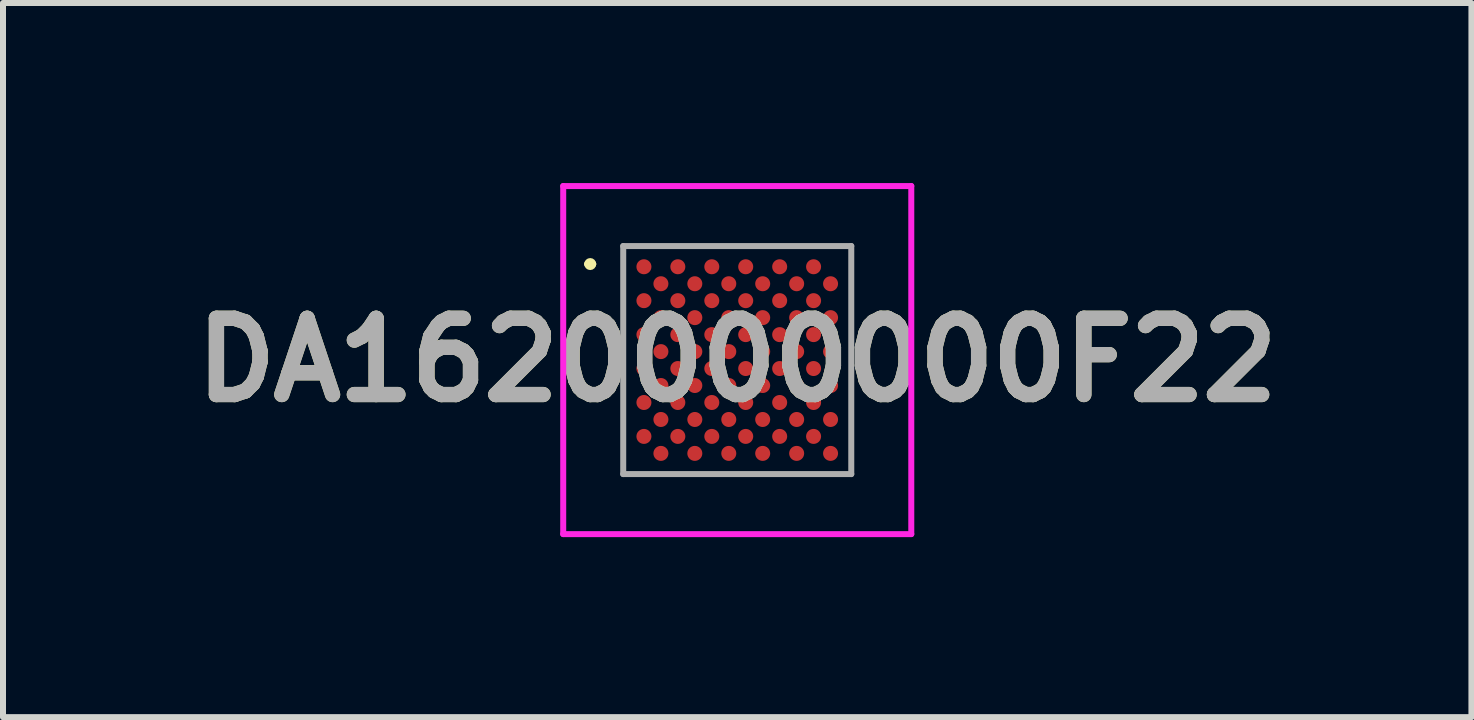
<source format=kicad_pcb>
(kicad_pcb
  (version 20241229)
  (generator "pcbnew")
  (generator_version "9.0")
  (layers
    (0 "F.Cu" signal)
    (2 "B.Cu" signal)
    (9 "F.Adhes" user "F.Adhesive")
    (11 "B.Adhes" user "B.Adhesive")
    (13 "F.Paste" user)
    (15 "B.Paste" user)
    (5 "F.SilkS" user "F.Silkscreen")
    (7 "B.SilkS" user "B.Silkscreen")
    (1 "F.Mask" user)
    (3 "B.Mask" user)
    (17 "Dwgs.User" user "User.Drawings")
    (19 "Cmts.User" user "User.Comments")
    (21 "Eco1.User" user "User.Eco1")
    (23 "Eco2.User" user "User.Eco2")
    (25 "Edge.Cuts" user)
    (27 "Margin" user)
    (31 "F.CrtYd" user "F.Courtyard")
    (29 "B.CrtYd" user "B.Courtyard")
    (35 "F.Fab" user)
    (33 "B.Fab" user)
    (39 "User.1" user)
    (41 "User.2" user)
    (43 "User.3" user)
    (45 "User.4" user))
  (footprint "DA1620000000F22"
    (layer "F.Cu")
    (at 9.235 2.95)
    (property "Reference" "DA1620000000F22" (at 0 0 0) (layer "F.SilkS") (effects (font (size 1.27 1.27) (thickness 0.254))))
    (attr smd)
    (fp_line (start -2.5 -1.6) (end -2.5 -1.6) (stroke (width 0.1) (type solid)) (layer "F.SilkS"))
    (fp_line (start -2.4 -1.6) (end -2.4 -1.6) (stroke (width 0.1) (type solid)) (layer "F.SilkS"))
    (fp_arc (start -2.5 -1.6) (mid -2.45 -1.65) (end -2.4 -1.6) (stroke (width 0.1) (type solid)) (layer "F.SilkS"))
    (fp_arc (start -2.4 -1.6) (mid -2.45 -1.55) (end -2.5 -1.6) (stroke (width 0.1) (type solid)) (layer "F.SilkS"))
    (fp_line (start -2.9 -2.9) (end 2.9 -2.9) (stroke (width 0.1) (type solid)) (layer "F.CrtYd"))
    (fp_line (start -2.9 2.9) (end -2.9 -2.9) (stroke (width 0.1) (type solid)) (layer "F.CrtYd"))
    (fp_line (start 2.9 -2.9) (end 2.9 2.9) (stroke (width 0.1) (type solid)) (layer "F.CrtYd"))
    (fp_line (start 2.9 2.9) (end -2.9 2.9) (stroke (width 0.1) (type solid)) (layer "F.CrtYd"))
    (fp_line (start -1.9 -1.9) (end 1.9 -1.9) (stroke (width 0.1) (type solid)) (layer "F.Fab"))
    (fp_line (start -1.9 1.9) (end -1.9 -1.9) (stroke (width 0.1) (type solid)) (layer "F.Fab"))
    (fp_line (start 1.9 -1.9) (end 1.9 1.9) (stroke (width 0.1) (type solid)) (layer "F.Fab"))
    (fp_line (start 1.9 1.9) (end -1.9 1.9) (stroke (width 0.1) (type solid)) (layer "F.Fab"))
    (fp_text user "${REFERENCE}" (at 0 0 0) (layer "F.Fab") (effects (font (size 1.27 1.27) (thickness 0.254))))
    (pad "A1" smd circle (at -1.555 -1.555 90) (size 0.25 0.25) (layers "F.Cu" "F.Mask" "F.Paste"))
    (pad "a3" smd circle (at -0.99 -1.555 90) (size 0.25 0.25) (layers "F.Cu" "F.Mask" "F.Paste"))
    (pad "a5" smd circle (at -0.424 -1.555 90) (size 0.25 0.25) (layers "F.Cu" "F.Mask" "F.Paste"))
    (pad "a7" smd circle (at 0.141 -1.555 90) (size 0.25 0.25) (layers "F.Cu" "F.Mask" "F.Paste"))
    (pad "a9" smd circle (at 0.707 -1.555 90) (size 0.25 0.25) (layers "F.Cu" "F.Mask" "F.Paste"))
    (pad "a11" smd circle (at 1.272 -1.555 90) (size 0.25 0.25) (layers "F.Cu" "F.Mask" "F.Paste"))
    (pad "b2" smd circle (at -1.272 -1.272 90) (size 0.25 0.25) (layers "F.Cu" "F.Mask" "F.Paste"))
    (pad "b4" smd circle (at -0.707 -1.272 90) (size 0.25 0.25) (layers "F.Cu" "F.Mask" "F.Paste"))
    (pad "b6" smd circle (at -0.141 -1.272 90) (size 0.25 0.25) (layers "F.Cu" "F.Mask" "F.Paste"))
    (pad "b8" smd circle (at 0.424 -1.272 90) (size 0.25 0.25) (layers "F.Cu" "F.Mask" "F.Paste"))
    (pad "b10" smd circle (at 0.99 -1.272 90) (size 0.25 0.25) (layers "F.Cu" "F.Mask" "F.Paste"))
    (pad "b12" smd circle (at 1.555 -1.272 90) (size 0.25 0.25) (layers "F.Cu" "F.Mask" "F.Paste"))
    (pad "c1" smd circle (at -1.555 -0.99 90) (size 0.25 0.25) (layers "F.Cu" "F.Mask" "F.Paste"))
    (pad "c3" smd circle (at -0.99 -0.99 90) (size 0.25 0.25) (layers "F.Cu" "F.Mask" "F.Paste"))
    (pad "c5" smd circle (at -0.424 -0.99 90) (size 0.25 0.25) (layers "F.Cu" "F.Mask" "F.Paste"))
    (pad "c7" smd circle (at 0.141 -0.99 90) (size 0.25 0.25) (layers "F.Cu" "F.Mask" "F.Paste"))
    (pad "c9" smd circle (at 0.707 -0.99 90) (size 0.25 0.25) (layers "F.Cu" "F.Mask" "F.Paste"))
    (pad "c11" smd circle (at 1.272 -0.99 90) (size 0.25 0.25) (layers "F.Cu" "F.Mask" "F.Paste"))
    (pad "d2" smd circle (at -1.272 -0.707 90) (size 0.25 0.25) (layers "F.Cu" "F.Mask" "F.Paste"))
    (pad "d4" smd circle (at -0.707 -0.707 90) (size 0.25 0.25) (layers "F.Cu" "F.Mask" "F.Paste"))
    (pad "d6" smd circle (at -0.141 -0.707 90) (size 0.25 0.25) (layers "F.Cu" "F.Mask" "F.Paste"))
    (pad "d8" smd circle (at 0.424 -0.707 90) (size 0.25 0.25) (layers "F.Cu" "F.Mask" "F.Paste"))
    (pad "d10" smd circle (at 0.99 -0.707 90) (size 0.25 0.25) (layers "F.Cu" "F.Mask" "F.Paste"))
    (pad "d12" smd circle (at 1.555 -0.707 90) (size 0.25 0.25) (layers "F.Cu" "F.Mask" "F.Paste"))
    (pad "e1" smd circle (at -1.555 -0.424 90) (size 0.25 0.25) (layers "F.Cu" "F.Mask" "F.Paste"))
    (pad "e3" smd circle (at -0.99 -0.424 90) (size 0.25 0.25) (layers "F.Cu" "F.Mask" "F.Paste"))
    (pad "e5" smd circle (at -0.424 -0.424 90) (size 0.25 0.25) (layers "F.Cu" "F.Mask" "F.Paste"))
    (pad "e7" smd circle (at 0.141 -0.424 90) (size 0.25 0.25) (layers "F.Cu" "F.Mask" "F.Paste"))
    (pad "e9" smd circle (at 0.707 -0.424 90) (size 0.25 0.25) (layers "F.Cu" "F.Mask" "F.Paste"))
    (pad "e11" smd circle (at 1.272 -0.424 90) (size 0.25 0.25) (layers "F.Cu" "F.Mask" "F.Paste"))
    (pad "f2" smd circle (at -1.272 -0.141 90) (size 0.25 0.25) (layers "F.Cu" "F.Mask" "F.Paste"))
    (pad "f4" smd circle (at -0.707 -0.141 90) (size 0.25 0.25) (layers "F.Cu" "F.Mask" "F.Paste"))
    (pad "f6" smd circle (at -0.141 -0.141 90) (size 0.25 0.25) (layers "F.Cu" "F.Mask" "F.Paste"))
    (pad "f8" smd circle (at 0.424 -0.141 90) (size 0.25 0.25) (layers "F.Cu" "F.Mask" "F.Paste"))
    (pad "f10" smd circle (at 0.99 -0.141 90) (size 0.25 0.25) (layers "F.Cu" "F.Mask" "F.Paste"))
    (pad "f12" smd circle (at 1.555 -0.141 90) (size 0.25 0.25) (layers "F.Cu" "F.Mask" "F.Paste"))
    (pad "g1" smd circle (at -1.555 0.141 90) (size 0.25 0.25) (layers "F.Cu" "F.Mask" "F.Paste"))
    (pad "g3" smd circle (at -0.99 0.141 90) (size 0.25 0.25) (layers "F.Cu" "F.Mask" "F.Paste"))
    (pad "g5" smd circle (at -0.424 0.141 90) (size 0.25 0.25) (layers "F.Cu" "F.Mask" "F.Paste"))
    (pad "g7" smd circle (at 0.141 0.141 90) (size 0.25 0.25) (layers "F.Cu" "F.Mask" "F.Paste"))
    (pad "g9" smd circle (at 0.707 0.141 90) (size 0.25 0.25) (layers "F.Cu" "F.Mask" "F.Paste"))
    (pad "g11" smd circle (at 1.272 0.141 90) (size 0.25 0.25) (layers "F.Cu" "F.Mask" "F.Paste"))
    (pad "h2" smd circle (at -1.272 0.424 90) (size 0.25 0.25) (layers "F.Cu" "F.Mask" "F.Paste"))
    (pad "h4" smd circle (at -0.707 0.424 90) (size 0.25 0.25) (layers "F.Cu" "F.Mask" "F.Paste"))
    (pad "h6" smd circle (at -0.141 0.424 90) (size 0.25 0.25) (layers "F.Cu" "F.Mask" "F.Paste"))
    (pad "h8" smd circle (at 0.424 0.424 90) (size 0.25 0.25) (layers "F.Cu" "F.Mask" "F.Paste"))
    (pad "h10" smd circle (at 0.99 0.424 90) (size 0.25 0.25) (layers "F.Cu" "F.Mask" "F.Paste"))
    (pad "h12" smd circle (at 1.555 0.424 90) (size 0.25 0.25) (layers "F.Cu" "F.Mask" "F.Paste"))
    (pad "j1" smd circle (at -1.555 0.707 90) (size 0.25 0.25) (layers "F.Cu" "F.Mask" "F.Paste"))
    (pad "j3" smd circle (at -0.99 0.707 90) (size 0.25 0.25) (layers "F.Cu" "F.Mask" "F.Paste"))
    (pad "j5" smd circle (at -0.424 0.707 90) (size 0.25 0.25) (layers "F.Cu" "F.Mask" "F.Paste"))
    (pad "j7" smd circle (at 0.141 0.707 90) (size 0.25 0.25) (layers "F.Cu" "F.Mask" "F.Paste"))
    (pad "j9" smd circle (at 0.707 0.707 90) (size 0.25 0.25) (layers "F.Cu" "F.Mask" "F.Paste"))
    (pad "j11" smd circle (at 1.272 0.707 90) (size 0.25 0.25) (layers "F.Cu" "F.Mask" "F.Paste"))
    (pad "k2" smd circle (at -1.272 0.99 90) (size 0.25 0.25) (layers "F.Cu" "F.Mask" "F.Paste"))
    (pad "k4" smd circle (at -0.707 0.99 90) (size 0.25 0.25) (layers "F.Cu" "F.Mask" "F.Paste"))
    (pad "k6" smd circle (at -0.141 0.99 90) (size 0.25 0.25) (layers "F.Cu" "F.Mask" "F.Paste"))
    (pad "k8" smd circle (at 0.424 0.99 90) (size 0.25 0.25) (layers "F.Cu" "F.Mask" "F.Paste"))
    (pad "k10" smd circle (at 0.99 0.99 90) (size 0.25 0.25) (layers "F.Cu" "F.Mask" "F.Paste"))
    (pad "k12" smd circle (at 1.555 0.99 90) (size 0.25 0.25) (layers "F.Cu" "F.Mask" "F.Paste"))
    (pad "l1" smd circle (at -1.555 1.272 90) (size 0.25 0.25) (layers "F.Cu" "F.Mask" "F.Paste"))
    (pad "l3" smd circle (at -0.99 1.272 90) (size 0.25 0.25) (layers "F.Cu" "F.Mask" "F.Paste"))
    (pad "l5" smd circle (at -0.424 1.272 90) (size 0.25 0.25) (layers "F.Cu" "F.Mask" "F.Paste"))
    (pad "l7" smd circle (at 0.141 1.272 90) (size 0.25 0.25) (layers "F.Cu" "F.Mask" "F.Paste"))
    (pad "l9" smd circle (at 0.707 1.272 90) (size 0.25 0.25) (layers "F.Cu" "F.Mask" "F.Paste"))
    (pad "l11" smd circle (at 1.272 1.272 90) (size 0.25 0.25) (layers "F.Cu" "F.Mask" "F.Paste"))
    (pad "m2" smd circle (at -1.272 1.555 90) (size 0.25 0.25) (layers "F.Cu" "F.Mask" "F.Paste"))
    (pad "m4" smd circle (at -0.707 1.555 90) (size 0.25 0.25) (layers "F.Cu" "F.Mask" "F.Paste"))
    (pad "m6" smd circle (at -0.141 1.555 90) (size 0.25 0.25) (layers "F.Cu" "F.Mask" "F.Paste"))
    (pad "m8" smd circle (at 0.424 1.555 90) (size 0.25 0.25) (layers "F.Cu" "F.Mask" "F.Paste"))
    (pad "m10" smd circle (at 0.99 1.555 90) (size 0.25 0.25) (layers "F.Cu" "F.Mask" "F.Paste"))
    (pad "m12" smd circle (at 1.555 1.555 90) (size 0.25 0.25) (layers "F.Cu" "F.Mask" "F.Paste")))
  (gr_rect
    (start -3 -3)
    (end 21.469 8.9)
    (stroke (width 0.1) (type default))
    (fill no)
    (layer "Edge.Cuts")))
</source>
